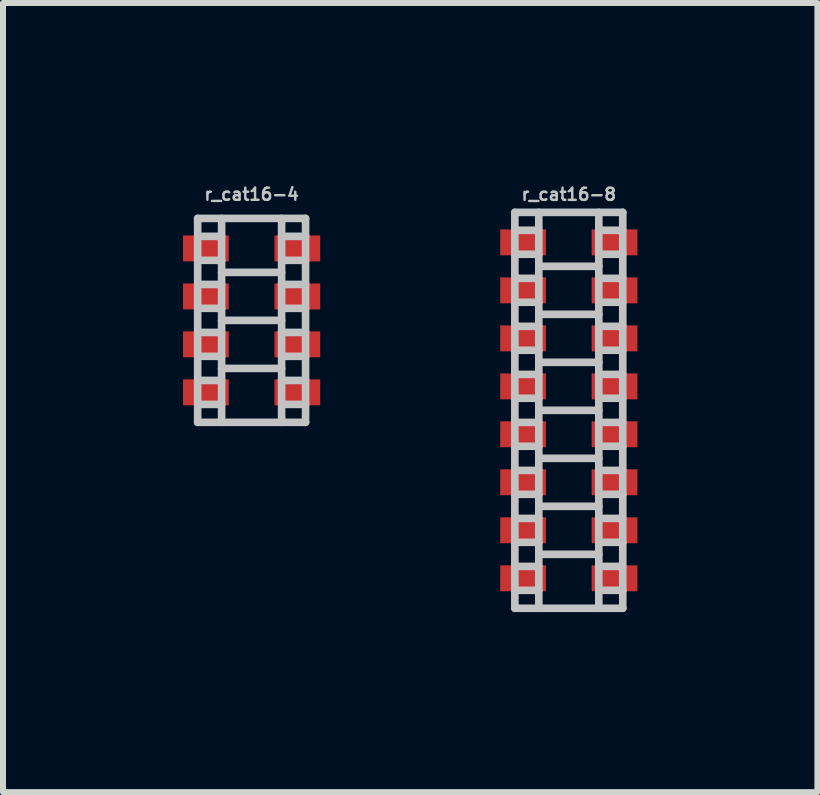
<source format=kicad_pcb>
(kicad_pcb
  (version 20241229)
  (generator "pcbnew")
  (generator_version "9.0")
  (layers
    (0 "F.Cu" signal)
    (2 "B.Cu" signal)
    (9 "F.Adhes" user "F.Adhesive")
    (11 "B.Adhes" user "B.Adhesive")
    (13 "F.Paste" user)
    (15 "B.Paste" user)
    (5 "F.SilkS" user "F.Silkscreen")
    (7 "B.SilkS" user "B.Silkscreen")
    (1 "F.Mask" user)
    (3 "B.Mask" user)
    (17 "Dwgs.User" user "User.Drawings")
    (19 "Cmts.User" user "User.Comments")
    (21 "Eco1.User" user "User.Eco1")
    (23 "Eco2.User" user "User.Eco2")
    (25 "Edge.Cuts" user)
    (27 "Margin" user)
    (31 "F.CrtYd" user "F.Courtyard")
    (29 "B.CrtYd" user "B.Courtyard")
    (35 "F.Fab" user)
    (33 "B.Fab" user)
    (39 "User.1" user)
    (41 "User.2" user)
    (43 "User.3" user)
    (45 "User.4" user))
  (footprint "r_cat16-4"
    (layer "F.Cu")
    (at 1.143 2.289)
    (property "Reference" "r_cat16-4" (at 0 -2.101 0) (layer "Dwgs.User") (effects (font (size 0.201 0.201) (thickness 0.041))))
    (attr through_hole)
    (fp_line (start -0.899 -1.699) (end -0.899 1.699) (stroke (width 0.127) (type solid)) (layer "Dwgs.User"))
    (fp_line (start -0.899 -1.699) (end 0.899 -1.699) (stroke (width 0.127) (type solid)) (layer "Dwgs.User"))
    (fp_line (start -0.899 -1.4) (end -0.5 -1.4) (stroke (width 0.127) (type solid)) (layer "Dwgs.User"))
    (fp_line (start -0.899 -1.001) (end -0.5 -1.001) (stroke (width 0.127) (type solid)) (layer "Dwgs.User"))
    (fp_line (start -0.899 -0.201) (end -0.5 -0.201) (stroke (width 0.127) (type solid)) (layer "Dwgs.User"))
    (fp_line (start -0.899 0.599) (end -0.5 0.599) (stroke (width 0.127) (type solid)) (layer "Dwgs.User"))
    (fp_line (start -0.899 1.001) (end -0.5 1.001) (stroke (width 0.127) (type solid)) (layer "Dwgs.User"))
    (fp_line (start -0.899 1.4) (end -0.5 1.4) (stroke (width 0.127) (type solid)) (layer "Dwgs.User"))
    (fp_line (start -0.899 1.699) (end 0.899 1.699) (stroke (width 0.127) (type solid)) (layer "Dwgs.User"))
    (fp_line (start -0.5 -0.8) (end 0.5 -0.8) (stroke (width 0.127) (type solid)) (layer "Dwgs.User"))
    (fp_line (start -0.5 -0.599) (end -0.899 -0.599) (stroke (width 0.127) (type solid)) (layer "Dwgs.User"))
    (fp_line (start -0.5 0) (end 0.5 0) (stroke (width 0.127) (type solid)) (layer "Dwgs.User"))
    (fp_line (start -0.5 0.201) (end -0.899 0.201) (stroke (width 0.127) (type solid)) (layer "Dwgs.User"))
    (fp_line (start -0.5 0.8) (end 0.5 0.8) (stroke (width 0.127) (type solid)) (layer "Dwgs.User"))
    (fp_line (start -0.5 1.699) (end -0.5 -1.699) (stroke (width 0.127) (type solid)) (layer "Dwgs.User"))
    (fp_line (start 0.5 -1.699) (end 0.5 1.699) (stroke (width 0.127) (type solid)) (layer "Dwgs.User"))
    (fp_line (start 0.5 -1.4) (end 0.899 -1.4) (stroke (width 0.127) (type solid)) (layer "Dwgs.User"))
    (fp_line (start 0.5 -1.001) (end 0.899 -1.001) (stroke (width 0.127) (type solid)) (layer "Dwgs.User"))
    (fp_line (start 0.5 -0.201) (end 0.899 -0.201) (stroke (width 0.127) (type solid)) (layer "Dwgs.User"))
    (fp_line (start 0.5 0.599) (end 0.899 0.599) (stroke (width 0.127) (type solid)) (layer "Dwgs.User"))
    (fp_line (start 0.5 1.001) (end 0.899 1.001) (stroke (width 0.127) (type solid)) (layer "Dwgs.User"))
    (fp_line (start 0.5 1.4) (end 0.899 1.4) (stroke (width 0.127) (type solid)) (layer "Dwgs.User"))
    (fp_line (start 0.899 -0.599) (end 0.5 -0.599) (stroke (width 0.127) (type solid)) (layer "Dwgs.User"))
    (fp_line (start 0.899 0.201) (end 0.5 0.201) (stroke (width 0.127) (type solid)) (layer "Dwgs.User"))
    (fp_line (start 0.899 1.699) (end 0.899 -1.699) (stroke (width 0.127) (type solid)) (layer "Dwgs.User"))
    (pad "1" smd rect (at 0.762 1.199) (size 0.762 0.432) (layers "F.Cu" "F.Mask" "F.Paste"))
    (pad "2" smd rect (at 0.762 0.399) (size 0.762 0.432) (layers "F.Cu" "F.Mask" "F.Paste"))
    (pad "3" smd rect (at 0.762 -0.399) (size 0.762 0.432) (layers "F.Cu" "F.Mask" "F.Paste"))
    (pad "4" smd rect (at 0.762 -1.199) (size 0.762 0.432) (layers "F.Cu" "F.Mask" "F.Paste"))
    (pad "5" smd rect (at -0.762 -1.199) (size 0.762 0.432) (layers "F.Cu" "F.Mask" "F.Paste"))
    (pad "6" smd rect (at -0.762 -0.399) (size 0.762 0.432) (layers "F.Cu" "F.Mask" "F.Paste"))
    (pad "7" smd rect (at -0.762 0.399) (size 0.762 0.432) (layers "F.Cu" "F.Mask" "F.Paste"))
    (pad "8" smd rect (at -0.762 1.199) (size 0.762 0.432) (layers "F.Cu" "F.Mask" "F.Paste")))
  (footprint "r_cat16-8"
    (layer "F.Cu")
    (at 6.429 3.788)
    (property "Reference" "r_cat16-8" (at 0 -3.599 0) (layer "Dwgs.User") (effects (font (size 0.201 0.201) (thickness 0.041))))
    (attr through_hole)
    (fp_line (start -0.899 -3.299) (end 0.899 -3.299) (stroke (width 0.127) (type solid)) (layer "Dwgs.User"))
    (fp_line (start -0.899 -3) (end -0.5 -3) (stroke (width 0.127) (type solid)) (layer "Dwgs.User"))
    (fp_line (start -0.899 -2.601) (end -0.5 -2.601) (stroke (width 0.127) (type solid)) (layer "Dwgs.User"))
    (fp_line (start -0.899 -2.2) (end -0.5 -2.2) (stroke (width 0.127) (type solid)) (layer "Dwgs.User"))
    (fp_line (start -0.899 -1.801) (end -0.5 -1.801) (stroke (width 0.127) (type solid)) (layer "Dwgs.User"))
    (fp_line (start -0.899 -1.4) (end -0.5 -1.4) (stroke (width 0.127) (type solid)) (layer "Dwgs.User"))
    (fp_line (start -0.899 -1.001) (end -0.5 -1.001) (stroke (width 0.127) (type solid)) (layer "Dwgs.User"))
    (fp_line (start -0.899 -0.201) (end -0.5 -0.201) (stroke (width 0.127) (type solid)) (layer "Dwgs.User"))
    (fp_line (start -0.899 0.599) (end -0.5 0.599) (stroke (width 0.127) (type solid)) (layer "Dwgs.User"))
    (fp_line (start -0.899 1.001) (end -0.5 1.001) (stroke (width 0.127) (type solid)) (layer "Dwgs.User"))
    (fp_line (start -0.899 1.4) (end -0.5 1.4) (stroke (width 0.127) (type solid)) (layer "Dwgs.User"))
    (fp_line (start -0.899 2.2) (end -0.5 2.2) (stroke (width 0.127) (type solid)) (layer "Dwgs.User"))
    (fp_line (start -0.899 3) (end -0.5 3) (stroke (width 0.127) (type solid)) (layer "Dwgs.User"))
    (fp_line (start -0.899 3.299) (end -0.899 -3.299) (stroke (width 0.127) (type solid)) (layer "Dwgs.User"))
    (fp_line (start -0.5 -3.299) (end -0.5 3.299) (stroke (width 0.127) (type solid)) (layer "Dwgs.User"))
    (fp_line (start -0.5 -2.4) (end 0.5 -2.4) (stroke (width 0.127) (type solid)) (layer "Dwgs.User"))
    (fp_line (start -0.5 -1.6) (end 0.5 -1.6) (stroke (width 0.127) (type solid)) (layer "Dwgs.User"))
    (fp_line (start -0.5 -0.8) (end 0.5 -0.8) (stroke (width 0.127) (type solid)) (layer "Dwgs.User"))
    (fp_line (start -0.5 -0.599) (end -0.899 -0.599) (stroke (width 0.127) (type solid)) (layer "Dwgs.User"))
    (fp_line (start -0.5 0) (end 0.5 0) (stroke (width 0.127) (type solid)) (layer "Dwgs.User"))
    (fp_line (start -0.5 0.201) (end -0.899 0.201) (stroke (width 0.127) (type solid)) (layer "Dwgs.User"))
    (fp_line (start -0.5 0.8) (end 0.5 0.8) (stroke (width 0.127) (type solid)) (layer "Dwgs.User"))
    (fp_line (start -0.5 1.6) (end 0.5 1.6) (stroke (width 0.127) (type solid)) (layer "Dwgs.User"))
    (fp_line (start -0.5 1.801) (end -0.899 1.801) (stroke (width 0.127) (type solid)) (layer "Dwgs.User"))
    (fp_line (start -0.5 2.4) (end 0.5 2.4) (stroke (width 0.127) (type solid)) (layer "Dwgs.User"))
    (fp_line (start -0.5 2.601) (end -0.899 2.601) (stroke (width 0.127) (type solid)) (layer "Dwgs.User"))
    (fp_line (start 0.5 -3) (end 0.899 -3) (stroke (width 0.127) (type solid)) (layer "Dwgs.User"))
    (fp_line (start 0.5 -2.601) (end 0.899 -2.601) (stroke (width 0.127) (type solid)) (layer "Dwgs.User"))
    (fp_line (start 0.5 -2.2) (end 0.899 -2.2) (stroke (width 0.127) (type solid)) (layer "Dwgs.User"))
    (fp_line (start 0.5 -1.801) (end 0.899 -1.801) (stroke (width 0.127) (type solid)) (layer "Dwgs.User"))
    (fp_line (start 0.5 -1.4) (end 0.899 -1.4) (stroke (width 0.127) (type solid)) (layer "Dwgs.User"))
    (fp_line (start 0.5 -1.001) (end 0.899 -1.001) (stroke (width 0.127) (type solid)) (layer "Dwgs.User"))
    (fp_line (start 0.5 -0.201) (end 0.899 -0.201) (stroke (width 0.127) (type solid)) (layer "Dwgs.User"))
    (fp_line (start 0.5 0.599) (end 0.899 0.599) (stroke (width 0.127) (type solid)) (layer "Dwgs.User"))
    (fp_line (start 0.5 1.001) (end 0.899 1.001) (stroke (width 0.127) (type solid)) (layer "Dwgs.User"))
    (fp_line (start 0.5 1.4) (end 0.899 1.4) (stroke (width 0.127) (type solid)) (layer "Dwgs.User"))
    (fp_line (start 0.5 3) (end 0.899 3) (stroke (width 0.127) (type solid)) (layer "Dwgs.User"))
    (fp_line (start 0.5 3.299) (end 0.5 -3.299) (stroke (width 0.127) (type solid)) (layer "Dwgs.User"))
    (fp_line (start 0.899 -3.299) (end 0.899 3.299) (stroke (width 0.127) (type solid)) (layer "Dwgs.User"))
    (fp_line (start 0.899 -0.599) (end 0.5 -0.599) (stroke (width 0.127) (type solid)) (layer "Dwgs.User"))
    (fp_line (start 0.899 0.201) (end 0.5 0.201) (stroke (width 0.127) (type solid)) (layer "Dwgs.User"))
    (fp_line (start 0.899 1.801) (end 0.5 1.801) (stroke (width 0.127) (type solid)) (layer "Dwgs.User"))
    (fp_line (start 0.899 2.2) (end 0.5 2.2) (stroke (width 0.127) (type solid)) (layer "Dwgs.User"))
    (fp_line (start 0.899 2.601) (end 0.5 2.601) (stroke (width 0.127) (type solid)) (layer "Dwgs.User"))
    (fp_line (start 0.899 3.299) (end -0.899 3.299) (stroke (width 0.127) (type solid)) (layer "Dwgs.User"))
    (pad "1" smd rect (at 0.762 2.799) (size 0.762 0.432) (layers "F.Cu" "F.Mask" "F.Paste"))
    (pad "2" smd rect (at 0.762 1.999) (size 0.762 0.432) (layers "F.Cu" "F.Mask" "F.Paste"))
    (pad "3" smd rect (at 0.762 1.199) (size 0.762 0.432) (layers "F.Cu" "F.Mask" "F.Paste"))
    (pad "4" smd rect (at 0.762 0.399) (size 0.762 0.432) (layers "F.Cu" "F.Mask" "F.Paste"))
    (pad "5" smd rect (at 0.762 -0.399) (size 0.762 0.432) (layers "F.Cu" "F.Mask" "F.Paste"))
    (pad "6" smd rect (at 0.762 -1.199) (size 0.762 0.432) (layers "F.Cu" "F.Mask" "F.Paste"))
    (pad "7" smd rect (at 0.762 -1.999) (size 0.762 0.432) (layers "F.Cu" "F.Mask" "F.Paste"))
    (pad "8" smd rect (at 0.762 -2.799) (size 0.762 0.432) (layers "F.Cu" "F.Mask" "F.Paste"))
    (pad "9" smd rect (at -0.762 -2.799) (size 0.762 0.432) (layers "F.Cu" "F.Mask" "F.Paste"))
    (pad "10" smd rect (at -0.762 -1.999) (size 0.762 0.432) (layers "F.Cu" "F.Mask" "F.Paste"))
    (pad "11" smd rect (at -0.762 -1.199) (size 0.762 0.432) (layers "F.Cu" "F.Mask" "F.Paste"))
    (pad "12" smd rect (at -0.762 -0.399) (size 0.762 0.432) (layers "F.Cu" "F.Mask" "F.Paste"))
    (pad "13" smd rect (at -0.762 0.399) (size 0.762 0.432) (layers "F.Cu" "F.Mask" "F.Paste"))
    (pad "14" smd rect (at -0.762 1.199) (size 0.762 0.432) (layers "F.Cu" "F.Mask" "F.Paste"))
    (pad "15" smd rect (at -0.762 1.999) (size 0.762 0.432) (layers "F.Cu" "F.Mask" "F.Paste"))
    (pad "16" smd rect (at -0.762 2.799) (size 0.762 0.432) (layers "F.Cu" "F.Mask" "F.Paste")))
  (gr_rect
    (start -3 -3)
    (end 10.572 10.151)
    (stroke (width 0.1) (type default))
    (fill no)
    (layer "Edge.Cuts")))
</source>
